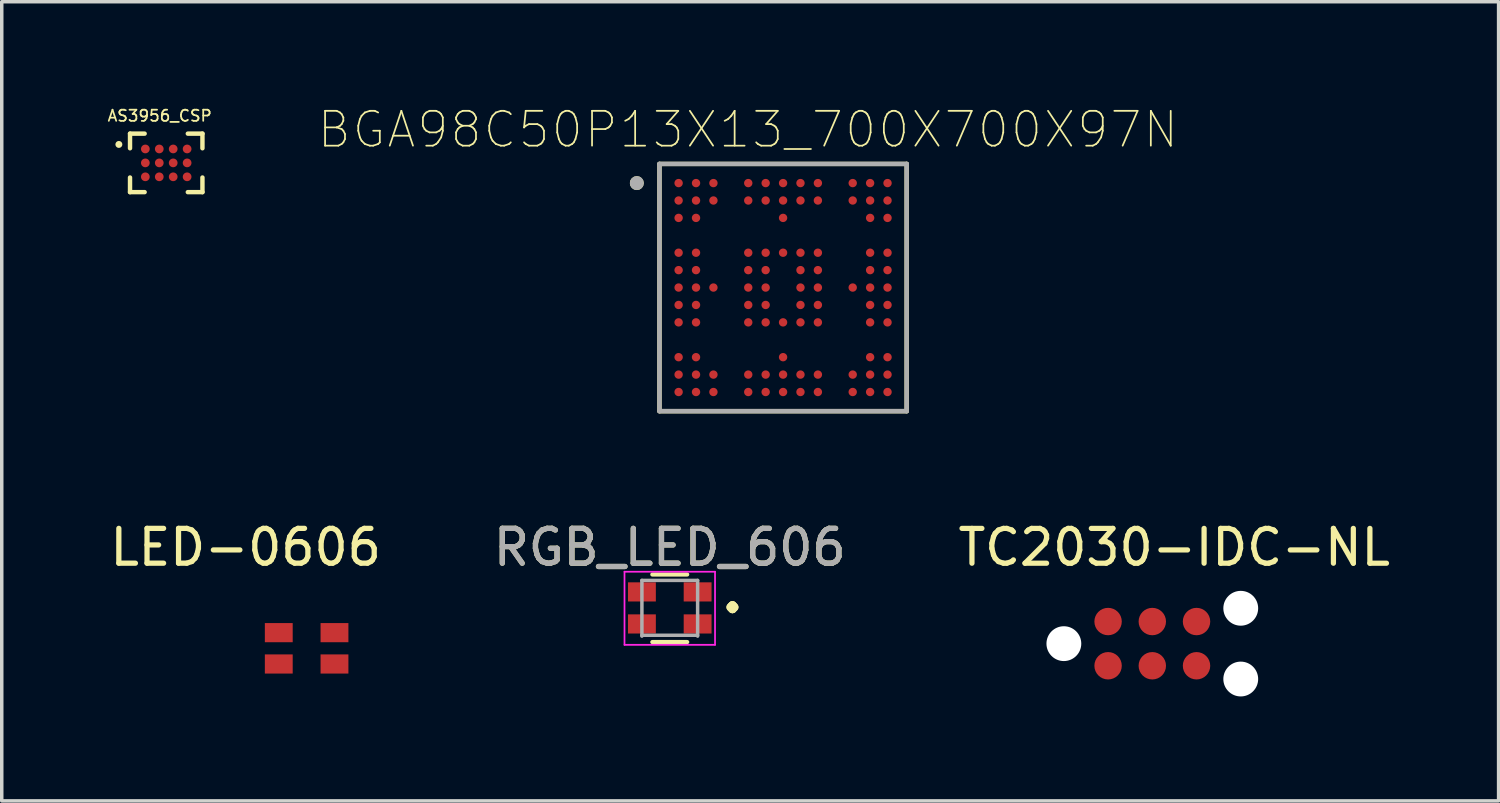
<source format=kicad_pcb>
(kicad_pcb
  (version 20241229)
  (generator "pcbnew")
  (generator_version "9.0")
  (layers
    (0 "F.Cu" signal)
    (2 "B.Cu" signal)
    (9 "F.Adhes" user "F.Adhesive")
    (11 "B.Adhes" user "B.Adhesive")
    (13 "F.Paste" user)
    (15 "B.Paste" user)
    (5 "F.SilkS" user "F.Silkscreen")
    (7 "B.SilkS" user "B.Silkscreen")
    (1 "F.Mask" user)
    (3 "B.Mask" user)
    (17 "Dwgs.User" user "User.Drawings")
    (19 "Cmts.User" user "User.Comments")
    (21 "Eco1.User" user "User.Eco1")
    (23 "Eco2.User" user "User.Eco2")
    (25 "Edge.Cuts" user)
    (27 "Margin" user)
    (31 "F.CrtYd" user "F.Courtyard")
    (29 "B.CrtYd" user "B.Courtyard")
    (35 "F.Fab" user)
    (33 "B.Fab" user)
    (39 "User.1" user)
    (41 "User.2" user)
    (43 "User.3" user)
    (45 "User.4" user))
  (footprint "LED-0606"
    (layer "F.Cu")
    (at 4.556 15.419)
    (property "Reference" "LED-0606" (at -0.55 -2.75 0) (layer "F.SilkS") (effects (font (size 1 1) (thickness 0.15))))
    (attr through_hole)
    (pad "1" smd rect (at 0.4 -0.3) (size 0.8 0.55) (layers "F.Cu" "F.Mask" "F.Paste"))
    (pad "2" smd rect (at 2 -0.3) (size 0.8 0.55) (layers "F.Cu" "F.Mask" "F.Paste"))
    (pad "3" smd rect (at 2 0.6) (size 0.8 0.55) (layers "F.Cu" "F.Mask" "F.Paste"))
    (pad "4" smd rect (at 0.4 0.6) (size 0.8 0.55) (layers "F.Cu" "F.Mask" "F.Paste")))
  (footprint "TC2030-IDC-NL"
    (layer "F.Cu")
    (at 28.773 16.07)
    (property "Reference" "TC2030-IDC-NL" (at 1.9 -3.4 0) (layer "F.SilkS") (effects (font (size 1 1) (thickness 0.15))))
    (attr through_hole)
    (pad "" np_thru_hole circle (at -1.27 -0.635) (size 1 1) (drill 1) (layers "*.Cu" "*.Mask"))
    (pad "" np_thru_hole circle (at 3.81 -1.651) (size 1 1) (drill 1) (layers "*.Cu" "*.Mask"))
    (pad "" np_thru_hole circle (at 3.81 0.381) (size 1 1) (drill 1) (layers "*.Cu" "*.Mask"))
    (pad "1" smd circle (at 0 0) (size 0.787 0.787) (layers "F.Cu" "F.Mask" "F.Paste"))
    (pad "2" smd circle (at 0 -1.27) (size 0.787 0.787) (layers "F.Cu" "F.Mask" "F.Paste"))
    (pad "3" smd circle (at 1.27 0) (size 0.787 0.787) (layers "F.Cu" "F.Mask" "F.Paste"))
    (pad "4" smd circle (at 1.27 -1.27) (size 0.787 0.787) (layers "F.Cu" "F.Mask" "F.Paste"))
    (pad "5" smd circle (at 2.54 0) (size 0.787 0.787) (layers "F.Cu" "F.Mask" "F.Paste"))
    (pad "6" smd circle (at 2.54 -1.27) (size 0.787 0.787) (layers "F.Cu" "F.Mask" "F.Paste")))
  (footprint "BGA98C50P13X13_700X700X97N"
    (layer "F.Cu")
    (at 19.439 5.208)
    (property "Reference" "BGA98C50P13X13_700X700X97N" (at -1.01 -4.535 0) (layer "F.SilkS") (effects (font (size 1 1) (thickness 0.05))))
    (attr smd)
    (fp_line (start -3.55 -3.55) (end 3.55 -3.55) (stroke (width 0.127) (type solid)) (layer "F.SilkS"))
    (fp_line (start -3.55 3.55) (end -3.55 -3.55) (stroke (width 0.127) (type solid)) (layer "F.SilkS"))
    (fp_line (start 3.55 -3.55) (end 3.55 3.55) (stroke (width 0.127) (type solid)) (layer "F.SilkS"))
    (fp_line (start 3.55 3.55) (end -3.55 3.55) (stroke (width 0.127) (type solid)) (layer "F.SilkS"))
    (fp_circle (center -4.2 -3) (end -4.1 -3) (stroke (width 0.2) (type solid)) (fill no) (layer "F.SilkS"))
    (fp_line (start -3.55 -3.55) (end 3.55 -3.55) (stroke (width 0.127) (type solid)) (layer "F.Fab"))
    (fp_line (start -3.55 3.55) (end -3.55 -3.55) (stroke (width 0.127) (type solid)) (layer "F.Fab"))
    (fp_line (start 3.55 -3.55) (end 3.55 3.55) (stroke (width 0.127) (type solid)) (layer "F.Fab"))
    (fp_line (start 3.55 3.55) (end -3.55 3.55) (stroke (width 0.127) (type solid)) (layer "F.Fab"))
    (fp_circle (center -4.2 -3) (end -4.1 -3) (stroke (width 0.2) (type solid)) (fill no) (layer "F.Fab"))
    (pad "A1" smd circle (at -3 -3) (size 0.24 0.24) (layers "F.Cu" "F.Mask" "F.Paste"))
    (pad "A2" smd circle (at -2.5 -3) (size 0.24 0.24) (layers "F.Cu" "F.Mask" "F.Paste"))
    (pad "A3" smd circle (at -2 -3) (size 0.24 0.24) (layers "F.Cu" "F.Mask" "F.Paste"))
    (pad "A5" smd circle (at -1 -3) (size 0.24 0.24) (layers "F.Cu" "F.Mask" "F.Paste"))
    (pad "A6" smd circle (at -0.5 -3) (size 0.24 0.24) (layers "F.Cu" "F.Mask" "F.Paste"))
    (pad "A7" smd circle (at 0 -3) (size 0.24 0.24) (layers "F.Cu" "F.Mask" "F.Paste"))
    (pad "A8" smd circle (at 0.5 -3) (size 0.24 0.24) (layers "F.Cu" "F.Mask" "F.Paste"))
    (pad "A9" smd circle (at 1 -3) (size 0.24 0.24) (layers "F.Cu" "F.Mask" "F.Paste"))
    (pad "A11" smd circle (at 2 -3) (size 0.24 0.24) (layers "F.Cu" "F.Mask" "F.Paste"))
    (pad "A12" smd circle (at 2.5 -3) (size 0.24 0.24) (layers "F.Cu" "F.Mask" "F.Paste"))
    (pad "A13" smd circle (at 3 -3) (size 0.24 0.24) (layers "F.Cu" "F.Mask" "F.Paste"))
    (pad "B1" smd circle (at -3 -2.5) (size 0.24 0.24) (layers "F.Cu" "F.Mask" "F.Paste"))
    (pad "B2" smd circle (at -2.5 -2.5) (size 0.24 0.24) (layers "F.Cu" "F.Mask" "F.Paste"))
    (pad "B3" smd circle (at -2 -2.5) (size 0.24 0.24) (layers "F.Cu" "F.Mask" "F.Paste"))
    (pad "B5" smd circle (at -1 -2.5) (size 0.24 0.24) (layers "F.Cu" "F.Mask" "F.Paste"))
    (pad "B6" smd circle (at -0.5 -2.5) (size 0.24 0.24) (layers "F.Cu" "F.Mask" "F.Paste"))
    (pad "B7" smd circle (at 0 -2.5) (size 0.24 0.24) (layers "F.Cu" "F.Mask" "F.Paste"))
    (pad "B8" smd circle (at 0.5 -2.5) (size 0.24 0.24) (layers "F.Cu" "F.Mask" "F.Paste"))
    (pad "B9" smd circle (at 1 -2.5) (size 0.24 0.24) (layers "F.Cu" "F.Mask" "F.Paste"))
    (pad "B11" smd circle (at 2 -2.5) (size 0.24 0.24) (layers "F.Cu" "F.Mask" "F.Paste"))
    (pad "B12" smd circle (at 2.5 -2.5) (size 0.24 0.24) (layers "F.Cu" "F.Mask" "F.Paste"))
    (pad "B13" smd circle (at 3 -2.5) (size 0.24 0.24) (layers "F.Cu" "F.Mask" "F.Paste"))
    (pad "C1" smd circle (at -3 -2) (size 0.24 0.24) (layers "F.Cu" "F.Mask" "F.Paste"))
    (pad "C2" smd circle (at -2.5 -2) (size 0.24 0.24) (layers "F.Cu" "F.Mask" "F.Paste"))
    (pad "C7" smd circle (at 0 -2) (size 0.24 0.24) (layers "F.Cu" "F.Mask" "F.Paste"))
    (pad "C12" smd circle (at 2.5 -2) (size 0.24 0.24) (layers "F.Cu" "F.Mask" "F.Paste"))
    (pad "C13" smd circle (at 3 -2) (size 0.24 0.24) (layers "F.Cu" "F.Mask" "F.Paste"))
    (pad "E1" smd circle (at -3 -1) (size 0.24 0.24) (layers "F.Cu" "F.Mask" "F.Paste"))
    (pad "E2" smd circle (at -2.5 -1) (size 0.24 0.24) (layers "F.Cu" "F.Mask" "F.Paste"))
    (pad "E5" smd circle (at -1 -1) (size 0.24 0.24) (layers "F.Cu" "F.Mask" "F.Paste"))
    (pad "E6" smd circle (at -0.5 -1) (size 0.24 0.24) (layers "F.Cu" "F.Mask" "F.Paste"))
    (pad "E7" smd circle (at 0 -1) (size 0.24 0.24) (layers "F.Cu" "F.Mask" "F.Paste"))
    (pad "E8" smd circle (at 0.5 -1) (size 0.24 0.24) (layers "F.Cu" "F.Mask" "F.Paste"))
    (pad "E9" smd circle (at 1 -1) (size 0.24 0.24) (layers "F.Cu" "F.Mask" "F.Paste"))
    (pad "E12" smd circle (at 2.5 -1) (size 0.24 0.24) (layers "F.Cu" "F.Mask" "F.Paste"))
    (pad "E13" smd circle (at 3 -1) (size 0.24 0.24) (layers "F.Cu" "F.Mask" "F.Paste"))
    (pad "F1" smd circle (at -3 -0.5) (size 0.24 0.24) (layers "F.Cu" "F.Mask" "F.Paste"))
    (pad "F2" smd circle (at -2.5 -0.5) (size 0.24 0.24) (layers "F.Cu" "F.Mask" "F.Paste"))
    (pad "F5" smd circle (at -1 -0.5) (size 0.24 0.24) (layers "F.Cu" "F.Mask" "F.Paste"))
    (pad "F6" smd circle (at -0.5 -0.5) (size 0.24 0.24) (layers "F.Cu" "F.Mask" "F.Paste"))
    (pad "F8" smd circle (at 0.5 -0.5) (size 0.24 0.24) (layers "F.Cu" "F.Mask" "F.Paste"))
    (pad "F9" smd circle (at 1 -0.5) (size 0.24 0.24) (layers "F.Cu" "F.Mask" "F.Paste"))
    (pad "F12" smd circle (at 2.5 -0.5) (size 0.24 0.24) (layers "F.Cu" "F.Mask" "F.Paste"))
    (pad "F13" smd circle (at 3 -0.5) (size 0.24 0.24) (layers "F.Cu" "F.Mask" "F.Paste"))
    (pad "G1" smd circle (at -3 0) (size 0.24 0.24) (layers "F.Cu" "F.Mask" "F.Paste"))
    (pad "G2" smd circle (at -2.5 0) (size 0.24 0.24) (layers "F.Cu" "F.Mask" "F.Paste"))
    (pad "G3" smd circle (at -2 0) (size 0.24 0.24) (layers "F.Cu" "F.Mask" "F.Paste"))
    (pad "G5" smd circle (at -1 0) (size 0.24 0.24) (layers "F.Cu" "F.Mask" "F.Paste"))
    (pad "G6" smd circle (at -0.5 0) (size 0.24 0.24) (layers "F.Cu" "F.Mask" "F.Paste"))
    (pad "G8" smd circle (at 0.5 0) (size 0.24 0.24) (layers "F.Cu" "F.Mask" "F.Paste"))
    (pad "G9" smd circle (at 1 0) (size 0.24 0.24) (layers "F.Cu" "F.Mask" "F.Paste"))
    (pad "G11" smd circle (at 2 0) (size 0.24 0.24) (layers "F.Cu" "F.Mask" "F.Paste"))
    (pad "G12" smd circle (at 2.5 0) (size 0.24 0.24) (layers "F.Cu" "F.Mask" "F.Paste"))
    (pad "G13" smd circle (at 3 0) (size 0.24 0.24) (layers "F.Cu" "F.Mask" "F.Paste"))
    (pad "H1" smd circle (at -3 0.5) (size 0.24 0.24) (layers "F.Cu" "F.Mask" "F.Paste"))
    (pad "H2" smd circle (at -2.5 0.5) (size 0.24 0.24) (layers "F.Cu" "F.Mask" "F.Paste"))
    (pad "H5" smd circle (at -1 0.5) (size 0.24 0.24) (layers "F.Cu" "F.Mask" "F.Paste"))
    (pad "H6" smd circle (at -0.5 0.5) (size 0.24 0.24) (layers "F.Cu" "F.Mask" "F.Paste"))
    (pad "H8" smd circle (at 0.5 0.5) (size 0.24 0.24) (layers "F.Cu" "F.Mask" "F.Paste"))
    (pad "H9" smd circle (at 1 0.5) (size 0.24 0.24) (layers "F.Cu" "F.Mask" "F.Paste"))
    (pad "H12" smd circle (at 2.5 0.5) (size 0.24 0.24) (layers "F.Cu" "F.Mask" "F.Paste"))
    (pad "H13" smd circle (at 3 0.5) (size 0.24 0.24) (layers "F.Cu" "F.Mask" "F.Paste"))
    (pad "J1" smd circle (at -3 1) (size 0.24 0.24) (layers "F.Cu" "F.Mask" "F.Paste"))
    (pad "J2" smd circle (at -2.5 1) (size 0.24 0.24) (layers "F.Cu" "F.Mask" "F.Paste"))
    (pad "J5" smd circle (at -1 1) (size 0.24 0.24) (layers "F.Cu" "F.Mask" "F.Paste"))
    (pad "J6" smd circle (at -0.5 1) (size 0.24 0.24) (layers "F.Cu" "F.Mask" "F.Paste"))
    (pad "J7" smd circle (at 0 1) (size 0.24 0.24) (layers "F.Cu" "F.Mask" "F.Paste"))
    (pad "J8" smd circle (at 0.5 1) (size 0.24 0.24) (layers "F.Cu" "F.Mask" "F.Paste"))
    (pad "J9" smd circle (at 1 1) (size 0.24 0.24) (layers "F.Cu" "F.Mask" "F.Paste"))
    (pad "J12" smd circle (at 2.5 1) (size 0.24 0.24) (layers "F.Cu" "F.Mask" "F.Paste"))
    (pad "J13" smd circle (at 3 1) (size 0.24 0.24) (layers "F.Cu" "F.Mask" "F.Paste"))
    (pad "L1" smd circle (at -3 2) (size 0.24 0.24) (layers "F.Cu" "F.Mask" "F.Paste"))
    (pad "L2" smd circle (at -2.5 2) (size 0.24 0.24) (layers "F.Cu" "F.Mask" "F.Paste"))
    (pad "L7" smd circle (at 0 2) (size 0.24 0.24) (layers "F.Cu" "F.Mask" "F.Paste"))
    (pad "L12" smd circle (at 2.5 2) (size 0.24 0.24) (layers "F.Cu" "F.Mask" "F.Paste"))
    (pad "L13" smd circle (at 3 2) (size 0.24 0.24) (layers "F.Cu" "F.Mask" "F.Paste"))
    (pad "M1" smd circle (at -3 2.5) (size 0.24 0.24) (layers "F.Cu" "F.Mask" "F.Paste"))
    (pad "M2" smd circle (at -2.5 2.5) (size 0.24 0.24) (layers "F.Cu" "F.Mask" "F.Paste"))
    (pad "M3" smd circle (at -2 2.5) (size 0.24 0.24) (layers "F.Cu" "F.Mask" "F.Paste"))
    (pad "M5" smd circle (at -1 2.5) (size 0.24 0.24) (layers "F.Cu" "F.Mask" "F.Paste"))
    (pad "M6" smd circle (at -0.5 2.5) (size 0.24 0.24) (layers "F.Cu" "F.Mask" "F.Paste"))
    (pad "M7" smd circle (at 0 2.5) (size 0.24 0.24) (layers "F.Cu" "F.Mask" "F.Paste"))
    (pad "M8" smd circle (at 0.5 2.5) (size 0.24 0.24) (layers "F.Cu" "F.Mask" "F.Paste"))
    (pad "M9" smd circle (at 1 2.5) (size 0.24 0.24) (layers "F.Cu" "F.Mask" "F.Paste"))
    (pad "M11" smd circle (at 2 2.5) (size 0.24 0.24) (layers "F.Cu" "F.Mask" "F.Paste"))
    (pad "M12" smd circle (at 2.5 2.5) (size 0.24 0.24) (layers "F.Cu" "F.Mask" "F.Paste"))
    (pad "M13" smd circle (at 3 2.5) (size 0.24 0.24) (layers "F.Cu" "F.Mask" "F.Paste"))
    (pad "N1" smd circle (at -3 3) (size 0.24 0.24) (layers "F.Cu" "F.Mask" "F.Paste"))
    (pad "N2" smd circle (at -2.5 3) (size 0.24 0.24) (layers "F.Cu" "F.Mask" "F.Paste"))
    (pad "N3" smd circle (at -2 3) (size 0.24 0.24) (layers "F.Cu" "F.Mask" "F.Paste"))
    (pad "N5" smd circle (at -1 3) (size 0.24 0.24) (layers "F.Cu" "F.Mask" "F.Paste"))
    (pad "N6" smd circle (at -0.5 3) (size 0.24 0.24) (layers "F.Cu" "F.Mask" "F.Paste"))
    (pad "N7" smd circle (at 0 3) (size 0.24 0.24) (layers "F.Cu" "F.Mask" "F.Paste"))
    (pad "N8" smd circle (at 0.5 3) (size 0.24 0.24) (layers "F.Cu" "F.Mask" "F.Paste"))
    (pad "N9" smd circle (at 1 3) (size 0.24 0.24) (layers "F.Cu" "F.Mask" "F.Paste"))
    (pad "N11" smd circle (at 2 3) (size 0.24 0.24) (layers "F.Cu" "F.Mask" "F.Paste"))
    (pad "N12" smd circle (at 2.5 3) (size 0.24 0.24) (layers "F.Cu" "F.Mask" "F.Paste"))
    (pad "N13" smd circle (at 3 3) (size 0.24 0.24) (layers "F.Cu" "F.Mask" "F.Paste")))
  (footprint "RGB_LED_606"
    (layer "F.Cu")
    (at 16.185 14.419)
    (property "Reference" "RGB_LED_606" (at 0 -1.75 0) (layer "F.SilkS") (effects (font (size 1 1) (thickness 0.15))))
    (attr smd)
    (fp_line (start 0.5 -0.97) (end -0.5 -0.97) (stroke (width 0.12) (type solid)) (layer "F.SilkS"))
    (fp_line (start 0.5 0.97) (end -0.5 0.97) (stroke (width 0.12) (type solid)) (layer "F.SilkS"))
    (fp_line (start -1.3 -1.05) (end -1.3 1.05) (stroke (width 0.05) (type solid)) (layer "F.CrtYd"))
    (fp_line (start -1.3 -1.05) (end 1.3 -1.05) (stroke (width 0.05) (type solid)) (layer "F.CrtYd"))
    (fp_line (start 1.3 1.05) (end -1.3 1.05) (stroke (width 0.05) (type solid)) (layer "F.CrtYd"))
    (fp_line (start 1.3 1.05) (end 1.3 -1.05) (stroke (width 0.05) (type solid)) (layer "F.CrtYd"))
    (fp_line (start -0.8 -0.8) (end 0.8 -0.8) (stroke (width 0.1) (type solid)) (layer "F.Fab"))
    (fp_line (start -0.8 0.8) (end -0.8 -0.8) (stroke (width 0.1) (type solid)) (layer "F.Fab"))
    (fp_line (start 0.8 -0.8) (end 0.8 0.8) (stroke (width 0.1) (type solid)) (layer "F.Fab"))
    (fp_line (start 0.8 0.775) (end -0.8 0.775) (stroke (width 0.1) (type solid)) (layer "F.Fab"))
    (fp_text user "·" (at 1.8 -0.1 0) (layer "F.SilkS") (effects (font (size 1 1) (thickness 0.25))))
    (fp_text user "${REFERENCE}" (at 0 -1.75 0) (layer "F.Fab") (effects (font (size 1 1) (thickness 0.15))))
    (pad "1" smd rect (at -0.8 0.45) (size 0.8 0.55) (layers "F.Cu" "F.Mask" "F.Paste"))
    (pad "2" smd rect (at -0.8 -0.47) (size 0.8 0.55) (layers "F.Cu" "F.Mask" "F.Paste"))
    (pad "3" smd rect (at 0.8 -0.47) (size 0.8 0.55) (layers "F.Cu" "F.Mask" "F.Paste"))
    (pad "4" smd rect (at 0.8 0.45) (size 0.8 0.55) (layers "F.Cu" "F.Mask" "F.Paste")))
  (footprint "AS3956_CSP"
    (layer "F.Cu")
    (at 1.724 1.628)
    (property "Reference" "AS3956_CSP" (at -0.187 -1.353 0) (layer "F.SilkS") (effects (font (size 0.32 0.32) (thickness 0.05))))
    (attr smd)
    (fp_line (start -1.04 -0.84) (end -0.62 -0.84) (stroke (width 0.127) (type solid)) (layer "F.SilkS"))
    (fp_line (start -1.04 -0.42) (end -1.04 -0.84) (stroke (width 0.127) (type solid)) (layer "F.SilkS"))
    (fp_line (start -1.04 0.42) (end -1.04 0.84) (stroke (width 0.127) (type solid)) (layer "F.SilkS"))
    (fp_line (start -1.04 0.84) (end -0.62 0.84) (stroke (width 0.127) (type solid)) (layer "F.SilkS"))
    (fp_line (start 0.62 -0.84) (end 1.04 -0.84) (stroke (width 0.127) (type solid)) (layer "F.SilkS"))
    (fp_line (start 0.62 0.84) (end 1.04 0.84) (stroke (width 0.127) (type solid)) (layer "F.SilkS"))
    (fp_line (start 1.04 -0.84) (end 1.04 -0.42) (stroke (width 0.127) (type solid)) (layer "F.SilkS"))
    (fp_line (start 1.04 0.84) (end 1.04 0.42) (stroke (width 0.127) (type solid)) (layer "F.SilkS"))
    (fp_circle (center -1.36 -0.53) (end -1.31 -0.53) (stroke (width 0.1) (type solid)) (fill no) (layer "F.SilkS"))
    (fp_line (start -1.15 -1) (end 1.15 -1) (stroke (width 0.05) (type solid)) (layer "Eco1.User"))
    (fp_line (start -1.15 1) (end -1.15 -1) (stroke (width 0.05) (type solid)) (layer "Eco1.User"))
    (fp_line (start 1.15 -1) (end 1.15 1) (stroke (width 0.05) (type solid)) (layer "Eco1.User"))
    (fp_line (start 1.15 1) (end -1.15 1) (stroke (width 0.05) (type solid)) (layer "Eco1.User"))
    (fp_line (start -0.9 -0.71) (end 0.9 -0.71) (stroke (width 0.127) (type solid)) (layer "Eco2.User"))
    (fp_line (start -0.9 0.71) (end -0.9 -0.71) (stroke (width 0.127) (type solid)) (layer "Eco2.User"))
    (fp_line (start 0.9 -0.71) (end 0.9 0.71) (stroke (width 0.127) (type solid)) (layer "Eco2.User"))
    (fp_line (start 0.9 0.71) (end -0.9 0.71) (stroke (width 0.127) (type solid)) (layer "Eco2.User"))
    (fp_circle (center -1.36 -0.53) (end -1.31 -0.53) (stroke (width 0.1) (type solid)) (fill no) (layer "Eco2.User"))
    (pad "A1" smd circle (at -0.6 -0.4) (size 0.25 0.25) (layers "F.Cu" "F.Mask" "F.Paste"))
    (pad "A2" smd circle (at -0.2 -0.4) (size 0.25 0.25) (layers "F.Cu" "F.Mask" "F.Paste"))
    (pad "A3" smd circle (at 0.2 -0.4) (size 0.25 0.25) (layers "F.Cu" "F.Mask" "F.Paste"))
    (pad "A4" smd circle (at 0.6 -0.4) (size 0.25 0.25) (layers "F.Cu" "F.Mask" "F.Paste"))
    (pad "B1" smd circle (at -0.6 0) (size 0.25 0.25) (layers "F.Cu" "F.Mask" "F.Paste"))
    (pad "B2" smd circle (at -0.2 0) (size 0.25 0.25) (layers "F.Cu" "F.Mask" "F.Paste"))
    (pad "B3" smd circle (at 0.2 0) (size 0.25 0.25) (layers "F.Cu" "F.Mask" "F.Paste"))
    (pad "B4" smd circle (at 0.6 0) (size 0.25 0.25) (layers "F.Cu" "F.Mask" "F.Paste"))
    (pad "C1" smd circle (at -0.6 0.4) (size 0.25 0.25) (layers "F.Cu" "F.Mask" "F.Paste"))
    (pad "C2" smd circle (at -0.2 0.4) (size 0.25 0.25) (layers "F.Cu" "F.Mask" "F.Paste"))
    (pad "C3" smd circle (at 0.2 0.4) (size 0.25 0.25) (layers "F.Cu" "F.Mask" "F.Paste"))
    (pad "C4" smd circle (at 0.6 0.4) (size 0.25 0.25) (layers "F.Cu" "F.Mask" "F.Paste")))
  (gr_rect
    (start -3 -3)
    (end 39.988 19.951)
    (stroke (width 0.1) (type default))
    (fill no)
    (layer "Edge.Cuts")))
</source>
